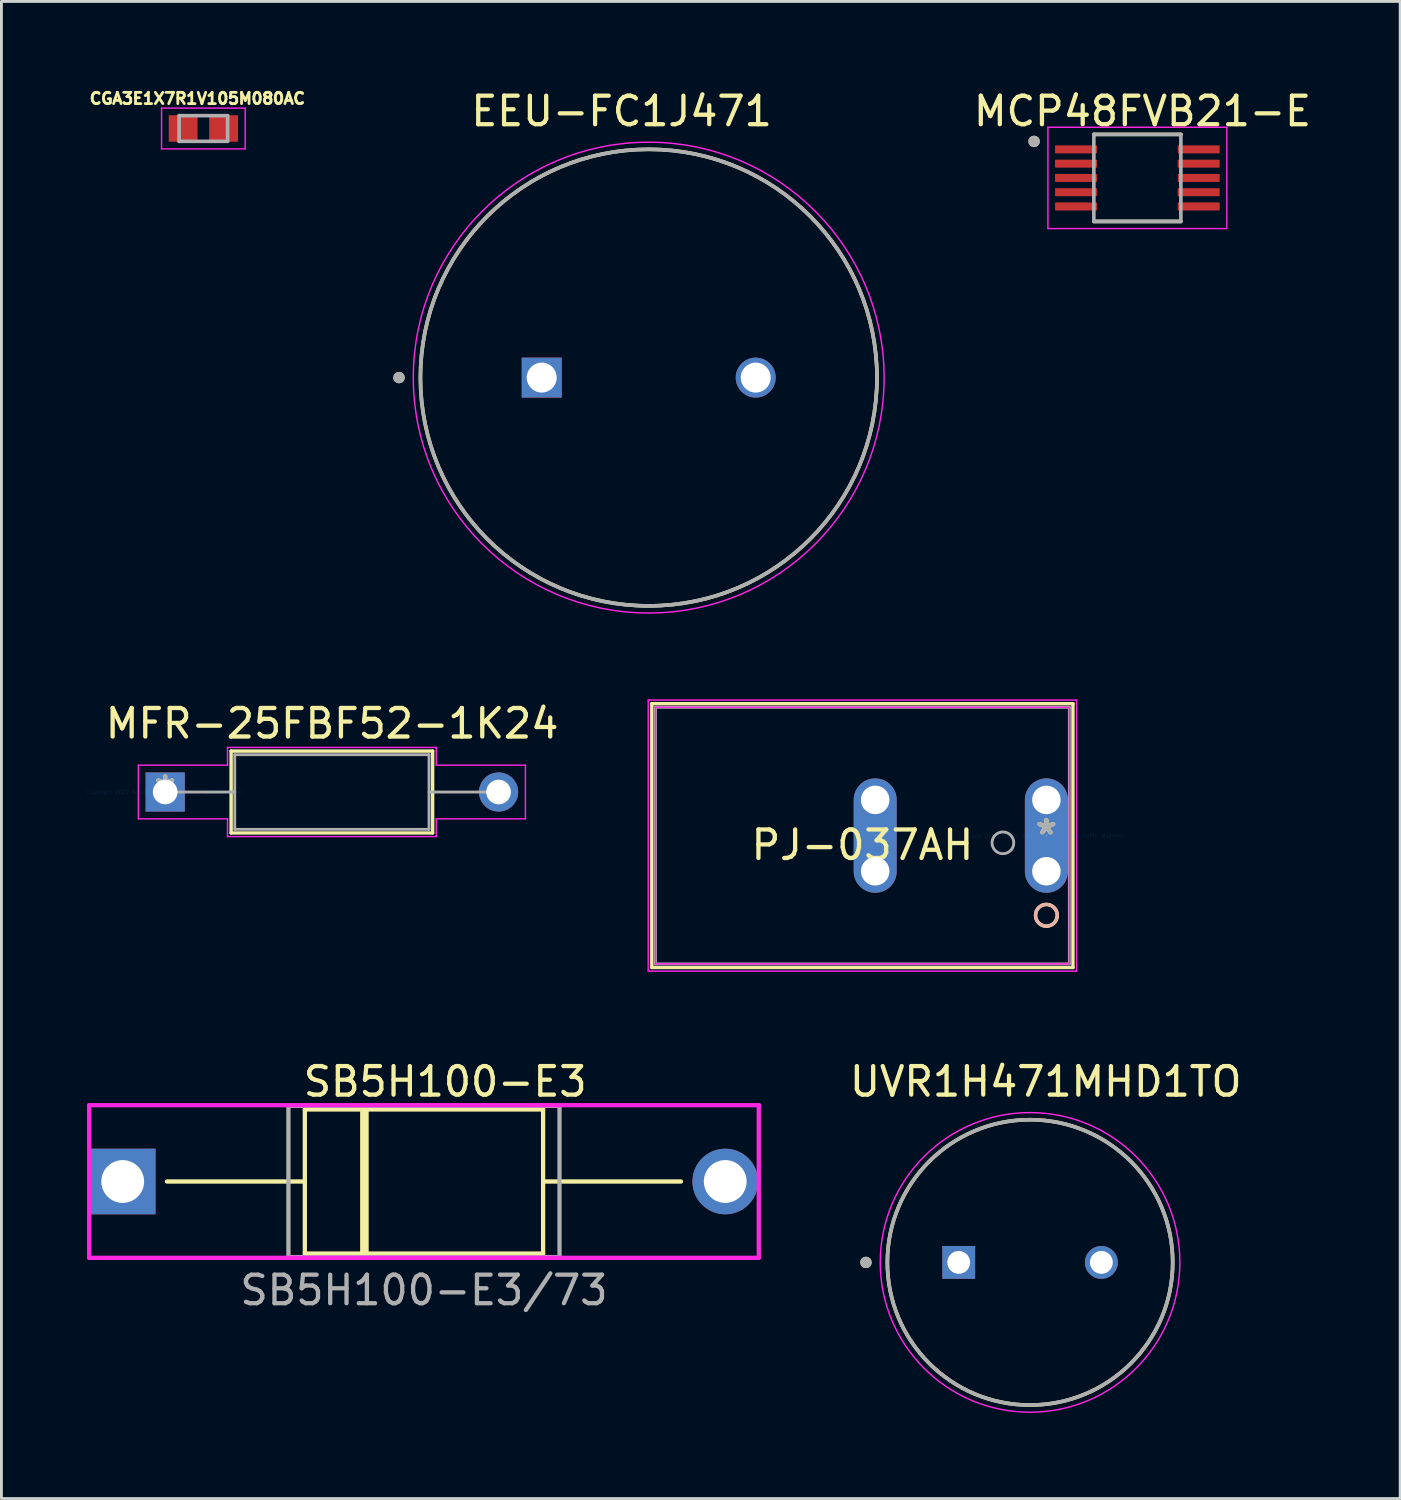
<source format=kicad_pcb>
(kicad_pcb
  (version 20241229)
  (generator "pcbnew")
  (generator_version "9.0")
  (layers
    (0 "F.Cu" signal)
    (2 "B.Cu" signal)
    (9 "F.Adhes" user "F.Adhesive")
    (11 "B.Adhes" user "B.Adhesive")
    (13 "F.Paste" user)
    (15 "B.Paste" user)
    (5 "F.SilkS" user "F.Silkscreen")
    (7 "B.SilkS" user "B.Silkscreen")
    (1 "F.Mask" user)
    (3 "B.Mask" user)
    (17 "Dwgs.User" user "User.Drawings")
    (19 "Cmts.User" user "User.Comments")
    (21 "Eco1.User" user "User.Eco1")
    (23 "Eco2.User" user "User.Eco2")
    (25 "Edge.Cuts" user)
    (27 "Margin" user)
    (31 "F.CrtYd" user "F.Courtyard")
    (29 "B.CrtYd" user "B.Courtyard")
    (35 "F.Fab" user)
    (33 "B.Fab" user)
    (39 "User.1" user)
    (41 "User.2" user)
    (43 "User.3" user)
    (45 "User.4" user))
  (footprint "PJ-037AH"
    (layer "F.Cu")
    (at 33.621 26.233)
    (property "Reference" "PJ-037AH" (at -6.448 0.33 0) (layer "F.SilkS") (effects (font (size 1 1) (thickness 0.15))))
    (attr through_hole)
    (fp_line (start -13.827 -4.623) (end -13.827 4.623) (stroke (width 0.12) (type solid)) (layer "F.SilkS"))
    (fp_line (start -13.827 4.623) (end 0.931 4.623) (stroke (width 0.12) (type solid)) (layer "F.SilkS"))
    (fp_line (start 0.931 -4.623) (end -13.827 -4.623) (stroke (width 0.12) (type solid)) (layer "F.SilkS"))
    (fp_line (start 0.931 4.623) (end 0.931 -4.623) (stroke (width 0.12) (type solid)) (layer "F.SilkS"))
    (fp_circle (center 0 2.794) (end 0.381 2.794) (stroke (width 0.12) (type solid)) (fill no) (layer "F.SilkS"))
    (fp_circle (center 0 2.794) (end 0.381 2.794) (stroke (width 0.12) (type solid)) (fill no) (layer "B.SilkS"))
    (fp_line (start -13.954 -4.75) (end -13.954 4.75) (stroke (width 0.05) (type solid)) (layer "F.CrtYd"))
    (fp_line (start -13.954 4.75) (end 1.058 4.75) (stroke (width 0.05) (type solid)) (layer "F.CrtYd"))
    (fp_line (start -13.7 -4.496) (end -13.7 4.496) (stroke (width 0.05) (type solid)) (layer "F.CrtYd"))
    (fp_line (start -13.7 4.496) (end 0.804 4.496) (stroke (width 0.05) (type solid)) (layer "F.CrtYd"))
    (fp_line (start 0.804 -4.496) (end -13.7 -4.496) (stroke (width 0.05) (type solid)) (layer "F.CrtYd"))
    (fp_line (start 0.804 4.496) (end 0.804 -4.496) (stroke (width 0.05) (type solid)) (layer "F.CrtYd"))
    (fp_line (start 1.058 -4.75) (end -13.954 -4.75) (stroke (width 0.05) (type solid)) (layer "F.CrtYd"))
    (fp_line (start 1.058 4.75) (end 1.058 -4.75) (stroke (width 0.05) (type solid)) (layer "F.CrtYd"))
    (fp_line (start -13.7 -4.496) (end -13.7 4.496) (stroke (width 0.1) (type solid)) (layer "F.Fab"))
    (fp_line (start -13.7 4.496) (end 0.804 4.496) (stroke (width 0.1) (type solid)) (layer "F.Fab"))
    (fp_line (start 0.804 -4.496) (end -13.7 -4.496) (stroke (width 0.1) (type solid)) (layer "F.Fab"))
    (fp_line (start 0.804 4.496) (end 0.804 -4.496) (stroke (width 0.1) (type solid)) (layer "F.Fab"))
    (fp_circle (center -1.524 0.254) (end -1.143 0.254) (stroke (width 0.1) (type solid)) (fill no) (layer "F.Fab"))
    (fp_text user "*" (at 0 0 0) (layer "F.SilkS") (effects (font (size 1 1) (thickness 0.15))))
    (fp_text user "Copyright 2021 Accelerated Designs. All rights reserved." (at 0 0 0) (layer "Cmts.User") (effects (font (size 0.127 0.127) (thickness 0.002))))
    (fp_text user "*" (at 0 0 0) (layer "F.Fab") (effects (font (size 1 1) (thickness 0.15))))
    (pad "" np_thru_hole circle (at -6 -1.25) (size 1 1) (drill 1) (layers "*.Cu" "*.Mask"))
    (pad "" np_thru_hole circle (at -6 1.25) (size 1 1) (drill 1) (layers "*.Cu" "*.Mask"))
    (pad "" np_thru_hole circle (at 0 -1.25) (size 1 1) (drill 1) (layers "*.Cu" "*.Mask"))
    (pad "" np_thru_hole circle (at 0 1.25) (size 1 1) (drill 1) (layers "*.Cu" "*.Mask"))
    (pad "1" thru_hole oval (at 0 0 90) (size 4.008 1.508) (drill 0.025) (layers "*.Cu" "*.Mask"))
    (pad "2" thru_hole oval (at -6 0 90) (size 4.008 1.508) (drill 0.025) (layers "*.Cu" "*.Mask")))
  (footprint "MFR-25FBF52-1K24"
    (layer "F.Cu")
    (at 8.489 24.706)
    (property "Reference" "MFR-25FBF52-1K24" (at 0.1 -2.4 0) (layer "F.SilkS") (effects (font (size 1 1) (thickness 0.15))))
    (attr through_hole)
    (fp_line (start -3.439 -1.435) (end -3.439 1.435) (stroke (width 0.12) (type solid)) (layer "F.SilkS"))
    (fp_line (start -3.439 1.435) (end 3.623 1.435) (stroke (width 0.12) (type solid)) (layer "F.SilkS"))
    (fp_line (start 3.623 -1.435) (end -3.439 -1.435) (stroke (width 0.12) (type solid)) (layer "F.SilkS"))
    (fp_line (start 3.623 1.435) (end 3.623 -1.435) (stroke (width 0.12) (type solid)) (layer "F.SilkS"))
    (fp_line (start -6.69 -0.94) (end -3.566 -0.94) (stroke (width 0.05) (type solid)) (layer "F.CrtYd"))
    (fp_line (start -6.69 0.94) (end -6.69 -0.94) (stroke (width 0.05) (type solid)) (layer "F.CrtYd"))
    (fp_line (start -3.566 -1.562) (end 3.75 -1.562) (stroke (width 0.05) (type solid)) (layer "F.CrtYd"))
    (fp_line (start -3.566 -0.94) (end -3.566 -1.562) (stroke (width 0.05) (type solid)) (layer "F.CrtYd"))
    (fp_line (start -3.566 0.94) (end -6.69 0.94) (stroke (width 0.05) (type solid)) (layer "F.CrtYd"))
    (fp_line (start -3.566 1.562) (end -3.566 0.94) (stroke (width 0.05) (type solid)) (layer "F.CrtYd"))
    (fp_line (start 3.75 -1.562) (end 3.75 -0.94) (stroke (width 0.05) (type solid)) (layer "F.CrtYd"))
    (fp_line (start 3.75 -0.94) (end 6.874 -0.94) (stroke (width 0.05) (type solid)) (layer "F.CrtYd"))
    (fp_line (start 3.75 0.94) (end 3.75 1.562) (stroke (width 0.05) (type solid)) (layer "F.CrtYd"))
    (fp_line (start 3.75 1.562) (end -3.566 1.562) (stroke (width 0.05) (type solid)) (layer "F.CrtYd"))
    (fp_line (start 6.874 -0.94) (end 6.874 0.94) (stroke (width 0.05) (type solid)) (layer "F.CrtYd"))
    (fp_line (start 6.874 0.94) (end 3.75 0.94) (stroke (width 0.05) (type solid)) (layer "F.CrtYd"))
    (fp_line (start -5.75 0) (end -3.312 0) (stroke (width 0.1) (type solid)) (layer "F.Fab"))
    (fp_line (start -3.312 -1.308) (end -3.312 1.308) (stroke (width 0.1) (type solid)) (layer "F.Fab"))
    (fp_line (start -3.312 1.308) (end 3.496 1.308) (stroke (width 0.1) (type solid)) (layer "F.Fab"))
    (fp_line (start 3.496 -1.308) (end -3.312 -1.308) (stroke (width 0.1) (type solid)) (layer "F.Fab"))
    (fp_line (start 3.496 1.308) (end 3.496 -1.308) (stroke (width 0.1) (type solid)) (layer "F.Fab"))
    (fp_line (start 5.934 0) (end 3.496 0) (stroke (width 0.1) (type solid)) (layer "F.Fab"))
    (fp_text user "*" (at -5.75 0 0) (layer "F.SilkS") (effects (font (size 1 1) (thickness 0.15))))
    (fp_text user "Copyright 2021 Accelerated Designs. All rights reserved." (at -5.75 0 0) (layer "Cmts.User") (effects (font (size 0.127 0.127) (thickness 0.002))))
    (fp_text user "*" (at -5.75 0 0) (layer "F.Fab") (effects (font (size 1 1) (thickness 0.15))))
    (pad "1" thru_hole rect (at -5.75 0) (size 1.372 1.372) (drill 0.864) (layers "*.Cu" "*.Mask"))
    (pad "2" thru_hole circle (at 5.934 0) (size 1.372 1.372) (drill 0.864) (layers "*.Cu" "*.Mask")))
  (footprint "EEU-FC1J471"
    (layer "F.Cu")
    (at 19.684 10.183)
    (property "Reference" "EEU-FC1J471" (at -0.95 -9.335 0) (layer "F.SilkS") (effects (font (size 1 1) (thickness 0.15))))
    (attr through_hole)
    (fp_circle (center -8.75 0) (end -8.65 0) (stroke (width 0.2) (type solid)) (fill no) (layer "F.SilkS"))
    (fp_circle (center 0 0) (end 8 0) (stroke (width 0.127) (type solid)) (fill no) (layer "F.SilkS"))
    (fp_circle (center 0 0) (end 8.25 0) (stroke (width 0.05) (type solid)) (fill no) (layer "F.CrtYd"))
    (fp_circle (center -8.75 0) (end -8.65 0) (stroke (width 0.2) (type solid)) (fill no) (layer "F.Fab"))
    (fp_circle (center 0 0) (end 8 0) (stroke (width 0.127) (type solid)) (fill no) (layer "F.Fab"))
    (pad "1" thru_hole rect (at -3.75 0) (size 1.4 1.4) (drill 1.05) (layers "*.Cu" "*.Mask"))
    (pad "2" thru_hole circle (at 3.75 0) (size 1.4 1.4) (drill 1.05) (layers "*.Cu" "*.Mask")))
  (footprint "CGA3E1X7R1V105M080AC"
    (layer "F.Cu")
    (at 4.077 1.453)
    (property "Reference" "CGA3E1X7R1V105M080AC" (at -0.21 -1.05 0) (layer "F.SilkS") (effects (font (size 0.394 0.394) (thickness 0.15))))
    (attr through_hole)
    (fp_line (start -1.465 -0.715) (end 1.465 -0.715) (stroke (width 0.05) (type solid)) (layer "F.CrtYd"))
    (fp_line (start -1.465 0.715) (end -1.465 -0.715) (stroke (width 0.05) (type solid)) (layer "F.CrtYd"))
    (fp_line (start -1.465 0.715) (end 1.465 0.715) (stroke (width 0.05) (type solid)) (layer "F.CrtYd"))
    (fp_line (start 1.465 0.715) (end 1.465 -0.715) (stroke (width 0.05) (type solid)) (layer "F.CrtYd"))
    (fp_line (start -0.85 0.45) (end -0.85 -0.45) (stroke (width 0.127) (type solid)) (layer "F.Fab"))
    (fp_line (start 0.85 -0.45) (end -0.85 -0.45) (stroke (width 0.127) (type solid)) (layer "F.Fab"))
    (fp_line (start 0.85 0.45) (end -0.85 0.45) (stroke (width 0.127) (type solid)) (layer "F.Fab"))
    (fp_line (start 0.85 0.45) (end 0.85 -0.45) (stroke (width 0.127) (type solid)) (layer "F.Fab"))
    (pad "1" smd rect (at -0.709 0) (size 1.01 0.93) (layers "F.Cu" "F.Mask" "F.Paste"))
    (pad "2" smd rect (at 0.709 0) (size 1.01 0.93) (layers "F.Cu" "F.Mask" "F.Paste")))
  (footprint "MCP48FVB21-E"
    (layer "F.Cu")
    (at 36.809 3.185)
    (property "Reference" "MCP48FVB21-E" (at 0.18 -2.337 0) (layer "F.SilkS") (effects (font (size 1 1) (thickness 0.15))))
    (attr through_hole)
    (fp_line (start -1.525 -1.525) (end 1.525 -1.525) (stroke (width 0.127) (type solid)) (layer "F.SilkS"))
    (fp_line (start -1.525 1.525) (end 1.525 1.525) (stroke (width 0.127) (type solid)) (layer "F.SilkS"))
    (fp_circle (center -3.62 -1.28) (end -3.52 -1.28) (stroke (width 0.2) (type solid)) (fill no) (layer "F.SilkS"))
    (fp_line (start -3.135 -1.775) (end -3.135 1.775) (stroke (width 0.05) (type solid)) (layer "F.CrtYd"))
    (fp_line (start -3.135 -1.775) (end 3.135 -1.775) (stroke (width 0.05) (type solid)) (layer "F.CrtYd"))
    (fp_line (start -3.135 1.775) (end 3.135 1.775) (stroke (width 0.05) (type solid)) (layer "F.CrtYd"))
    (fp_line (start 3.135 -1.775) (end 3.135 1.775) (stroke (width 0.05) (type solid)) (layer "F.CrtYd"))
    (fp_line (start -1.525 -1.525) (end -1.525 1.525) (stroke (width 0.127) (type solid)) (layer "F.Fab"))
    (fp_line (start -1.525 -1.525) (end 1.525 -1.525) (stroke (width 0.127) (type solid)) (layer "F.Fab"))
    (fp_line (start -1.525 1.525) (end 1.525 1.525) (stroke (width 0.127) (type solid)) (layer "F.Fab"))
    (fp_line (start 1.525 -1.525) (end 1.525 1.525) (stroke (width 0.127) (type solid)) (layer "F.Fab"))
    (fp_circle (center -3.62 -1.28) (end -3.52 -1.28) (stroke (width 0.2) (type solid)) (fill no) (layer "F.Fab"))
    (pad "1" smd roundrect (at -2.15 -1) (size 1.47 0.28) (layers "F.Cu" "F.Mask" "F.Paste") (roundrect_rratio 0.04))
    (pad "2" smd roundrect (at -2.15 -0.5) (size 1.47 0.28) (layers "F.Cu" "F.Mask" "F.Paste") (roundrect_rratio 0.04))
    (pad "3" smd roundrect (at -2.15 0) (size 1.47 0.28) (layers "F.Cu" "F.Mask" "F.Paste") (roundrect_rratio 0.04))
    (pad "4" smd roundrect (at -2.15 0.5) (size 1.47 0.28) (layers "F.Cu" "F.Mask" "F.Paste") (roundrect_rratio 0.04))
    (pad "5" smd roundrect (at -2.15 1) (size 1.47 0.28) (layers "F.Cu" "F.Mask" "F.Paste") (roundrect_rratio 0.04))
    (pad "6" smd roundrect (at 2.15 1) (size 1.47 0.28) (layers "F.Cu" "F.Mask" "F.Paste") (roundrect_rratio 0.04))
    (pad "7" smd roundrect (at 2.15 0.5) (size 1.47 0.28) (layers "F.Cu" "F.Mask" "F.Paste") (roundrect_rratio 0.04))
    (pad "8" smd roundrect (at 2.15 0) (size 1.47 0.28) (layers "F.Cu" "F.Mask" "F.Paste") (roundrect_rratio 0.04))
    (pad "9" smd roundrect (at 2.15 -0.5) (size 1.47 0.28) (layers "F.Cu" "F.Mask" "F.Paste") (roundrect_rratio 0.04))
    (pad "10" smd roundrect (at 2.15 -1) (size 1.47 0.28) (layers "F.Cu" "F.Mask" "F.Paste") (roundrect_rratio 0.04)))
  (footprint "UVR1H471MHD1TO"
    (layer "F.Cu")
    (at 33.048 41.191)
    (property "Reference" "UVR1H471MHD1TO" (at 0.55 -6.335 0) (layer "F.SilkS") (effects (font (size 1 1) (thickness 0.15))))
    (attr through_hole)
    (fp_circle (center -5.75 0) (end -5.65 0) (stroke (width 0.2) (type solid)) (fill no) (layer "F.SilkS"))
    (fp_circle (center 0 0) (end 5 0) (stroke (width 0.127) (type solid)) (fill no) (layer "F.SilkS"))
    (fp_circle (center 0 0) (end 5.25 0) (stroke (width 0.05) (type solid)) (fill no) (layer "F.CrtYd"))
    (fp_circle (center -5.75 0) (end -5.65 0) (stroke (width 0.2) (type solid)) (fill no) (layer "F.Fab"))
    (fp_circle (center 0 0) (end 5 0) (stroke (width 0.127) (type solid)) (fill no) (layer "F.Fab"))
    (pad "1" thru_hole rect (at -2.5 0) (size 1.15 1.15) (drill 0.8) (layers "*.Cu" "*.Mask"))
    (pad "2" thru_hole circle (at 2.5 0) (size 1.15 1.15) (drill 0.8) (layers "*.Cu" "*.Mask")))
  (footprint "SB5H100-E3"
    (layer "F.Cu")
    (at 11.808 38.356)
    (property "Reference" "SB5H100-E3" (at -4.308 -3.5 0) (layer "F.SilkS") (effects (font (size 1 1) (thickness 0.15)) (justify left)))
    (attr through_hole)
    (fp_line (start -4.175 -2.525) (end 4.175 -2.525) (stroke (width 0.15) (type solid)) (layer "F.SilkS"))
    (fp_line (start -4.175 0) (end -9.008 0) (stroke (width 0.15) (type solid)) (layer "F.SilkS"))
    (fp_line (start -4.175 2.525) (end -4.175 -2.525) (stroke (width 0.15) (type solid)) (layer "F.SilkS"))
    (fp_line (start -2.087 2.455) (end -2.087 -2.455) (stroke (width 0.3) (type solid)) (layer "F.SilkS"))
    (fp_line (start 4.175 -2.525) (end 4.175 2.525) (stroke (width 0.15) (type solid)) (layer "F.SilkS"))
    (fp_line (start 4.175 0) (end 9.008 0) (stroke (width 0.15) (type solid)) (layer "F.SilkS"))
    (fp_line (start 4.175 2.525) (end -4.175 2.525) (stroke (width 0.15) (type solid)) (layer "F.SilkS"))
    (fp_line (start -11.733 -2.675) (end -11.733 2.675) (stroke (width 0.15) (type solid)) (layer "F.CrtYd"))
    (fp_line (start -11.733 2.675) (end 11.733 2.675) (stroke (width 0.15) (type solid)) (layer "F.CrtYd"))
    (fp_line (start 11.733 -2.675) (end -11.733 -2.675) (stroke (width 0.15) (type solid)) (layer "F.CrtYd"))
    (fp_line (start 11.733 -2.675) (end 11.733 -2.675) (stroke (width 0.15) (type solid)) (layer "F.CrtYd"))
    (fp_line (start 11.733 2.675) (end 11.733 -2.675) (stroke (width 0.15) (type solid)) (layer "F.CrtYd"))
    (fp_line (start -4.75 -2.65) (end 4.75 -2.65) (stroke (width 0.15) (type solid)) (layer "F.Fab"))
    (fp_line (start -4.75 2.65) (end -4.75 -2.65) (stroke (width 0.15) (type solid)) (layer "F.Fab"))
    (fp_line (start 4.75 -2.65) (end 4.75 2.65) (stroke (width 0.15) (type solid)) (layer "F.Fab"))
    (fp_line (start 4.75 2.65) (end -4.75 2.65) (stroke (width 0.15) (type solid)) (layer "F.Fab"))
    (fp_text user "SB5H100-E3/73" (at 0 3.81 0) (layer "F.Fab") (effects (font (size 1 1) (thickness 0.15))))
    (pad "1" thru_hole rect (at -10.558 0) (size 2.3 2.3) (drill 1.5) (layers "*.Cu" "*.Mask"))
    (pad "2" thru_hole circle (at 10.558 0) (size 2.3 2.3) (drill 1.5) (layers "*.Cu" "*.Mask")))
  (gr_rect
    (start -3 -3)
    (end 46.019 49.466)
    (stroke (width 0.1) (type default))
    (fill no)
    (layer "Edge.Cuts")))
</source>
